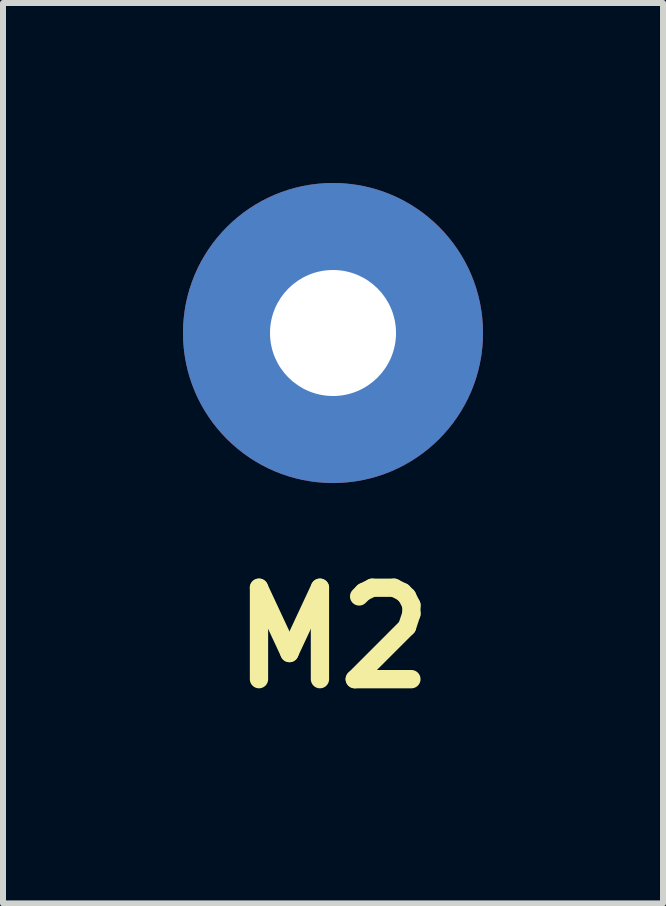
<source format=kicad_pcb>
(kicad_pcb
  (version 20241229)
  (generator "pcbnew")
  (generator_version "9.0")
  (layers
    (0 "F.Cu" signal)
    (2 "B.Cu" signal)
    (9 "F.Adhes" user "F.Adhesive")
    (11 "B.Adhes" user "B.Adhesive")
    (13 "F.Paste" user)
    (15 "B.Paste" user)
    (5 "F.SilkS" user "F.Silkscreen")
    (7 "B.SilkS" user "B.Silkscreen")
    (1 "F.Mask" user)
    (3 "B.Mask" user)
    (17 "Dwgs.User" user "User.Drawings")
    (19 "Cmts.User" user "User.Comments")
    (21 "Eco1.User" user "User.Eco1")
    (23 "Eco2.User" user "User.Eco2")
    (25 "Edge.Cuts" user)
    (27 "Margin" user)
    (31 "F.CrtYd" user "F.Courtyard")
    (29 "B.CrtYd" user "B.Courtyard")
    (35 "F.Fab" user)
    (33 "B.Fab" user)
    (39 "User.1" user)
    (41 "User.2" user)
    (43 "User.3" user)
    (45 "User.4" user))
  (footprint "M2"
    (layer "F.Cu")
    (at 2.5 2.5)
    (property "Reference" "M2" (at 0 5.08 0) (layer "F.SilkS") (effects (font (size 1.524 1.524) (thickness 0.305))))
    (attr exclude_from_pos_files exclude_from_bom)
    (pad "1" thru_hole circle (at 0 0) (size 5 5) (drill 2.1) (layers "*.Cu" "*.Mask")))
  (gr_rect
    (start -3 -3)
    (end 8 12.006)
    (stroke (width 0.1) (type default))
    (fill no)
    (layer "Edge.Cuts")))
</source>
